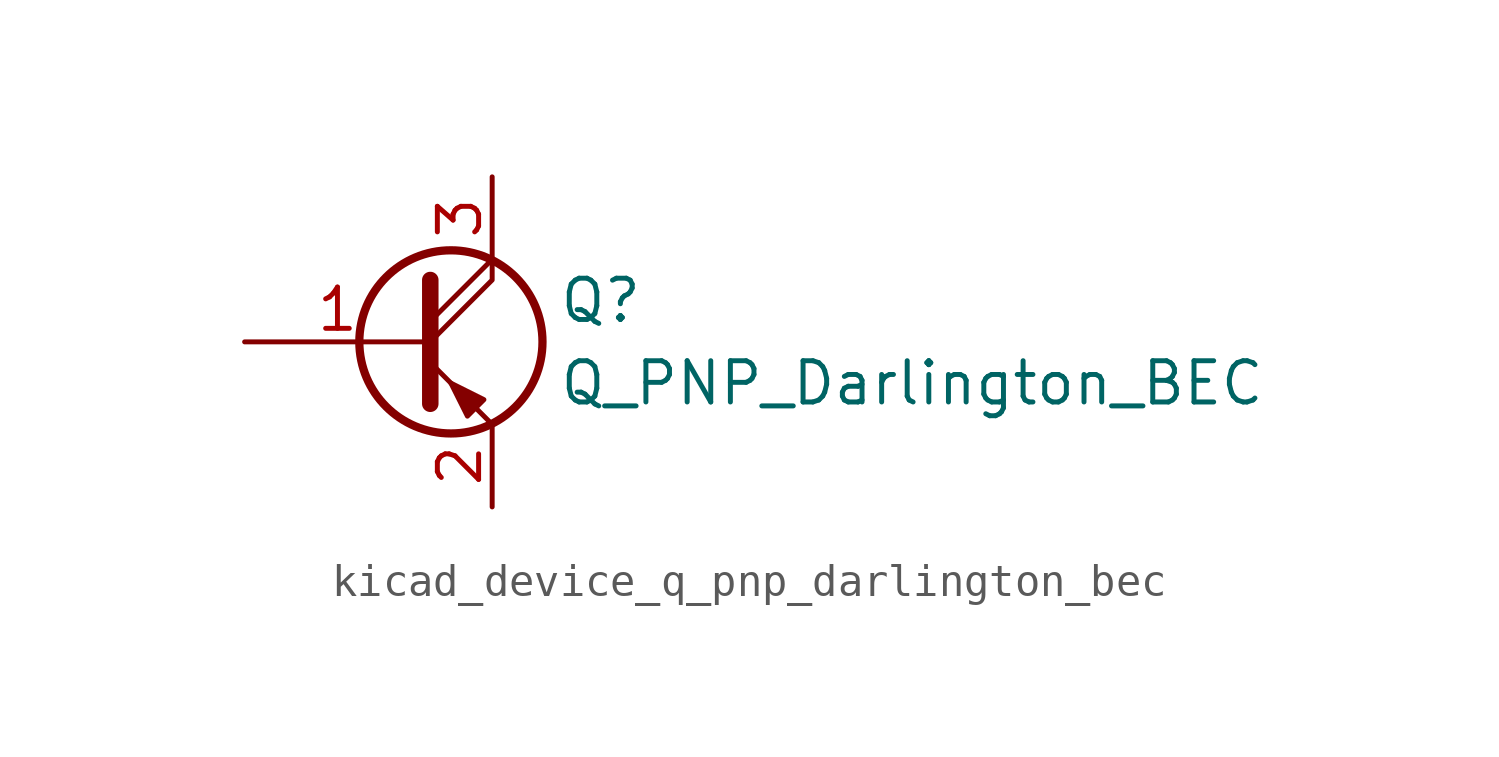
<source format=kicad_sym>
(kicad_symbol_lib
  (version 20220914)
  (generator kicad_symbol_editor)
  (symbol "kicad_device_q_pnp_darlington_bec"
    (pin_names
      (offset 0) hide)
    (property "Reference" "Q"
      (at 4.572 1.27 0)
      (effects (font (size 1.27 1.27)) (justify left)))
    (property "Value" "Q_PNP_Darlington_BEC"
      (at 4.572 -1.27 0)
      (effects (font (size 1.27 1.27)) (justify left)))
    (symbol "kicad_device_q_pnp_darlington_bec_0_1"
      (polyline (pts (xy 0.635 0.635) (xy 2.54 2.54)) (stroke (width 0) (type default)) (fill (type none)))
      (polyline (pts (xy 0.635 -0.635) (xy 2.54 -2.54) (xy 2.54 -2.54)) (stroke (width 0) (type default)) (fill (type none)))
      (polyline (pts (xy 0.635 0) (xy 2.54 1.905) (xy 2.54 2.54)) (stroke (width 0) (type default)) (fill (type none)))
      (polyline (pts (xy 0.635 1.905) (xy 0.635 -1.905) (xy 0.635 -1.905)) (stroke (width 0.508) (type default)) (fill (type none)))
      (polyline (pts (xy 2.286 -1.778) (xy 1.778 -2.286) (xy 1.27 -1.27) (xy 2.286 -1.778) (xy 2.286 -1.778)) (stroke (width 0) (type default)) (fill (type outline)))
      (circle (center 1.27 0) (radius 2.819) (stroke (width 0.254) (type default)) (fill (type none))))
    (symbol "kicad_device_q_pnp_darlington_bec_1_1"
      (pin input line (at -5.08 0 0) (length 5.715) (name "B" (effects (font (size 1.27 1.27)))) (number "1" (effects (font (size 1.27 1.27)))))
      (pin passive line (at 2.54 -5.08 90) (length 2.54) (name "E" (effects (font (size 1.27 1.27)))) (number "2" (effects (font (size 1.27 1.27)))))
      (pin passive line (at 2.54 5.08 270) (length 2.54) (name "C" (effects (font (size 1.27 1.27)))) (number "3" (effects (font (size 1.27 1.27))))))))
</source>
